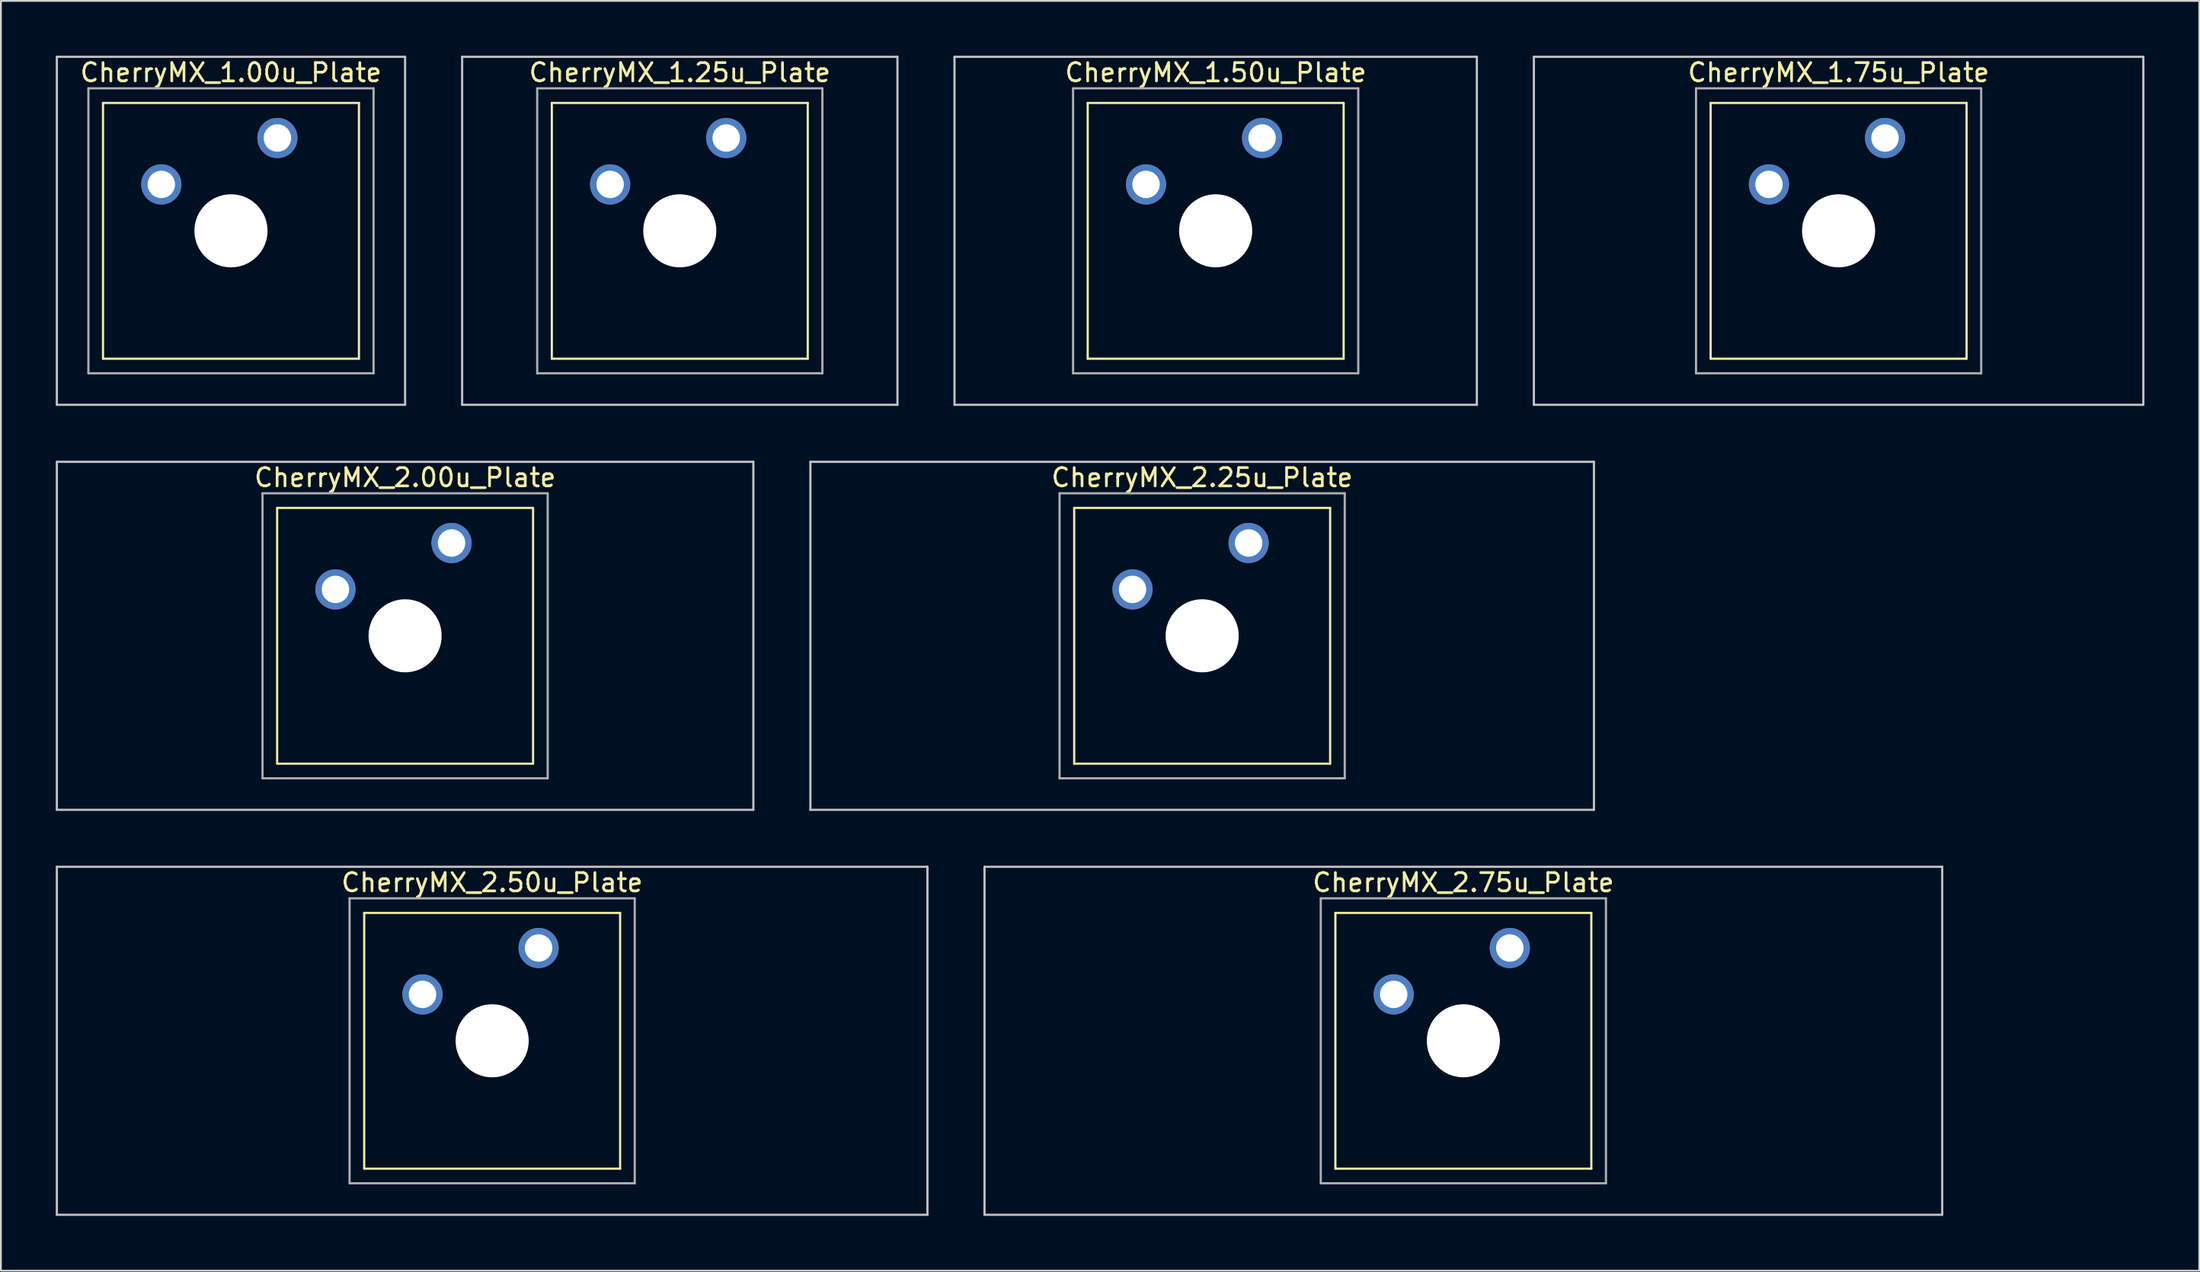
<source format=kicad_pcb>
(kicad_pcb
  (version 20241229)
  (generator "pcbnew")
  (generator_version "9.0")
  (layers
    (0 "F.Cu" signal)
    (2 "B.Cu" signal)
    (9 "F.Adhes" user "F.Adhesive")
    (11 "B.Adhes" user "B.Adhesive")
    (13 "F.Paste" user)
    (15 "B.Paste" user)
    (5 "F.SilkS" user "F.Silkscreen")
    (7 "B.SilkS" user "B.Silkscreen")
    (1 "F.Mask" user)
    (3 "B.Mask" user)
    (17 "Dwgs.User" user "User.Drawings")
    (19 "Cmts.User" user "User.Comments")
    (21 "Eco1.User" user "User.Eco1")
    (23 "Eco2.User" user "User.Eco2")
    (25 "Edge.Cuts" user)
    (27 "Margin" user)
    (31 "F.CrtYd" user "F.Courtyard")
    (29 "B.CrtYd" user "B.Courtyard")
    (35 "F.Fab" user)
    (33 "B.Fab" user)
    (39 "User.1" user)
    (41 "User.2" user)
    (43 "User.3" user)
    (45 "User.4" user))
  (footprint "CherryMX_1.25u_Plate"
    (layer "F.Cu")
    (at 34.136 9.585)
    (property "Reference" "CherryMX_1.25u_Plate" (at 0 -8.662 0) (layer "F.SilkS") (effects (font (size 1 1) (thickness 0.15))))
    (attr through_hole)
    (fp_line (start -7 -7) (end -7 7) (stroke (width 0.12) (type solid)) (layer "F.SilkS"))
    (fp_line (start -7 -7) (end 7 -7) (stroke (width 0.12) (type solid)) (layer "F.SilkS"))
    (fp_line (start 7 -7) (end 7 7) (stroke (width 0.12) (type solid)) (layer "F.SilkS"))
    (fp_line (start 7 7) (end -7 7) (stroke (width 0.12) (type solid)) (layer "F.SilkS"))
    (fp_line (start -11.906 -9.525) (end 11.906 -9.525) (stroke (width 0.12) (type solid)) (layer "Dwgs.User"))
    (fp_line (start -11.906 9.525) (end -11.906 -9.525) (stroke (width 0.12) (type solid)) (layer "Dwgs.User"))
    (fp_line (start 11.906 -9.525) (end 11.906 9.525) (stroke (width 0.12) (type solid)) (layer "Dwgs.User"))
    (fp_line (start 11.906 9.525) (end -11.906 9.525) (stroke (width 0.12) (type solid)) (layer "Dwgs.User"))
    (fp_line (start -7.8 -7.8) (end -7.8 7.8) (stroke (width 0.12) (type solid)) (layer "F.Fab"))
    (fp_line (start -7.8 -7.8) (end 7.8 -7.8) (stroke (width 0.12) (type solid)) (layer "F.Fab"))
    (fp_line (start -7.8 7.8) (end 7.8 7.8) (stroke (width 0.12) (type solid)) (layer "F.Fab"))
    (fp_line (start 7.8 -7.8) (end 7.8 7.8) (stroke (width 0.12) (type solid)) (layer "F.Fab"))
    (pad "" np_thru_hole circle (at 0 0) (size 4 4) (drill 4) (layers "*.Cu" "*.Mask"))
    (pad "1" thru_hole circle (at -3.81 -2.54) (size 2.2 2.2) (drill 1.5) (layers "*.Cu" "*.Mask"))
    (pad "2" thru_hole circle (at 2.54 -5.08) (size 2.2 2.2) (drill 1.5) (layers "*.Cu" "*.Mask")))
  (footprint "CherryMX_2.25u_Plate"
    (layer "F.Cu")
    (at 62.711 31.755)
    (property "Reference" "CherryMX_2.25u_Plate" (at 0 -8.662 0) (layer "F.SilkS") (effects (font (size 1 1) (thickness 0.15))))
    (attr through_hole)
    (fp_line (start -7 -7) (end -7 7) (stroke (width 0.12) (type solid)) (layer "F.SilkS"))
    (fp_line (start -7 -7) (end 7 -7) (stroke (width 0.12) (type solid)) (layer "F.SilkS"))
    (fp_line (start 7 -7) (end 7 7) (stroke (width 0.12) (type solid)) (layer "F.SilkS"))
    (fp_line (start 7 7) (end -7 7) (stroke (width 0.12) (type solid)) (layer "F.SilkS"))
    (fp_line (start -21.431 -9.525) (end 21.431 -9.525) (stroke (width 0.12) (type solid)) (layer "Dwgs.User"))
    (fp_line (start -21.431 9.525) (end -21.431 -9.525) (stroke (width 0.12) (type solid)) (layer "Dwgs.User"))
    (fp_line (start 21.431 -9.525) (end 21.431 9.525) (stroke (width 0.12) (type solid)) (layer "Dwgs.User"))
    (fp_line (start 21.431 9.525) (end -21.431 9.525) (stroke (width 0.12) (type solid)) (layer "Dwgs.User"))
    (fp_line (start -7.8 -7.8) (end -7.8 7.8) (stroke (width 0.12) (type solid)) (layer "F.Fab"))
    (fp_line (start -7.8 -7.8) (end 7.8 -7.8) (stroke (width 0.12) (type solid)) (layer "F.Fab"))
    (fp_line (start -7.8 7.8) (end 7.8 7.8) (stroke (width 0.12) (type solid)) (layer "F.Fab"))
    (fp_line (start 7.8 -7.8) (end 7.8 7.8) (stroke (width 0.12) (type solid)) (layer "F.Fab"))
    (pad "" np_thru_hole circle (at 0 0) (size 4 4) (drill 4) (layers "*.Cu" "*.Mask"))
    (pad "1" thru_hole circle (at -3.81 -2.54) (size 2.2 2.2) (drill 1.5) (layers "*.Cu" "*.Mask"))
    (pad "2" thru_hole circle (at 2.54 -5.08) (size 2.2 2.2) (drill 1.5) (layers "*.Cu" "*.Mask")))
  (footprint "CherryMX_1.75u_Plate"
    (layer "F.Cu")
    (at 97.526 9.585)
    (property "Reference" "CherryMX_1.75u_Plate" (at 0 -8.662 0) (layer "F.SilkS") (effects (font (size 1 1) (thickness 0.15))))
    (attr through_hole)
    (fp_line (start -7 -7) (end -7 7) (stroke (width 0.12) (type solid)) (layer "F.SilkS"))
    (fp_line (start -7 -7) (end 7 -7) (stroke (width 0.12) (type solid)) (layer "F.SilkS"))
    (fp_line (start 7 -7) (end 7 7) (stroke (width 0.12) (type solid)) (layer "F.SilkS"))
    (fp_line (start 7 7) (end -7 7) (stroke (width 0.12) (type solid)) (layer "F.SilkS"))
    (fp_line (start -16.669 -9.525) (end 16.669 -9.525) (stroke (width 0.12) (type solid)) (layer "Dwgs.User"))
    (fp_line (start -16.669 9.525) (end -16.669 -9.525) (stroke (width 0.12) (type solid)) (layer "Dwgs.User"))
    (fp_line (start 16.669 -9.525) (end 16.669 9.525) (stroke (width 0.12) (type solid)) (layer "Dwgs.User"))
    (fp_line (start 16.669 9.525) (end -16.669 9.525) (stroke (width 0.12) (type solid)) (layer "Dwgs.User"))
    (fp_line (start -7.8 -7.8) (end -7.8 7.8) (stroke (width 0.12) (type solid)) (layer "F.Fab"))
    (fp_line (start -7.8 -7.8) (end 7.8 -7.8) (stroke (width 0.12) (type solid)) (layer "F.Fab"))
    (fp_line (start -7.8 7.8) (end 7.8 7.8) (stroke (width 0.12) (type solid)) (layer "F.Fab"))
    (fp_line (start 7.8 -7.8) (end 7.8 7.8) (stroke (width 0.12) (type solid)) (layer "F.Fab"))
    (pad "" np_thru_hole circle (at 0 0) (size 4 4) (drill 4) (layers "*.Cu" "*.Mask"))
    (pad "1" thru_hole circle (at -3.81 -2.54) (size 2.2 2.2) (drill 1.5) (layers "*.Cu" "*.Mask"))
    (pad "2" thru_hole circle (at 2.54 -5.08) (size 2.2 2.2) (drill 1.5) (layers "*.Cu" "*.Mask")))
  (footprint "CherryMX_2.50u_Plate"
    (layer "F.Cu")
    (at 23.872 53.925)
    (property "Reference" "CherryMX_2.50u_Plate" (at 0 -8.662 0) (layer "F.SilkS") (effects (font (size 1 1) (thickness 0.15))))
    (attr through_hole)
    (fp_line (start -7 -7) (end -7 7) (stroke (width 0.12) (type solid)) (layer "F.SilkS"))
    (fp_line (start -7 -7) (end 7 -7) (stroke (width 0.12) (type solid)) (layer "F.SilkS"))
    (fp_line (start 7 -7) (end 7 7) (stroke (width 0.12) (type solid)) (layer "F.SilkS"))
    (fp_line (start 7 7) (end -7 7) (stroke (width 0.12) (type solid)) (layer "F.SilkS"))
    (fp_line (start -23.812 -9.525) (end 23.812 -9.525) (stroke (width 0.12) (type solid)) (layer "Dwgs.User"))
    (fp_line (start -23.812 9.525) (end -23.812 -9.525) (stroke (width 0.12) (type solid)) (layer "Dwgs.User"))
    (fp_line (start 23.812 -9.525) (end 23.812 9.525) (stroke (width 0.12) (type solid)) (layer "Dwgs.User"))
    (fp_line (start 23.812 9.525) (end -23.812 9.525) (stroke (width 0.12) (type solid)) (layer "Dwgs.User"))
    (fp_line (start -7.8 -7.8) (end -7.8 7.8) (stroke (width 0.12) (type solid)) (layer "F.Fab"))
    (fp_line (start -7.8 -7.8) (end 7.8 -7.8) (stroke (width 0.12) (type solid)) (layer "F.Fab"))
    (fp_line (start -7.8 7.8) (end 7.8 7.8) (stroke (width 0.12) (type solid)) (layer "F.Fab"))
    (fp_line (start 7.8 -7.8) (end 7.8 7.8) (stroke (width 0.12) (type solid)) (layer "F.Fab"))
    (pad "" np_thru_hole circle (at 0 0) (size 4 4) (drill 4) (layers "*.Cu" "*.Mask"))
    (pad "1" thru_hole circle (at -3.81 -2.54) (size 2.2 2.2) (drill 1.5) (layers "*.Cu" "*.Mask"))
    (pad "2" thru_hole circle (at 2.54 -5.08) (size 2.2 2.2) (drill 1.5) (layers "*.Cu" "*.Mask")))
  (footprint "CherryMX_1.50u_Plate"
    (layer "F.Cu")
    (at 63.45 9.585)
    (property "Reference" "CherryMX_1.50u_Plate" (at 0 -8.662 0) (layer "F.SilkS") (effects (font (size 1 1) (thickness 0.15))))
    (attr through_hole)
    (fp_line (start -7 -7) (end -7 7) (stroke (width 0.12) (type solid)) (layer "F.SilkS"))
    (fp_line (start -7 -7) (end 7 -7) (stroke (width 0.12) (type solid)) (layer "F.SilkS"))
    (fp_line (start 7 -7) (end 7 7) (stroke (width 0.12) (type solid)) (layer "F.SilkS"))
    (fp_line (start 7 7) (end -7 7) (stroke (width 0.12) (type solid)) (layer "F.SilkS"))
    (fp_line (start -14.287 -9.525) (end 14.287 -9.525) (stroke (width 0.12) (type solid)) (layer "Dwgs.User"))
    (fp_line (start -14.287 9.525) (end -14.287 -9.525) (stroke (width 0.12) (type solid)) (layer "Dwgs.User"))
    (fp_line (start 14.287 -9.525) (end 14.287 9.525) (stroke (width 0.12) (type solid)) (layer "Dwgs.User"))
    (fp_line (start 14.287 9.525) (end -14.287 9.525) (stroke (width 0.12) (type solid)) (layer "Dwgs.User"))
    (fp_line (start -7.8 -7.8) (end -7.8 7.8) (stroke (width 0.12) (type solid)) (layer "F.Fab"))
    (fp_line (start -7.8 -7.8) (end 7.8 -7.8) (stroke (width 0.12) (type solid)) (layer "F.Fab"))
    (fp_line (start -7.8 7.8) (end 7.8 7.8) (stroke (width 0.12) (type solid)) (layer "F.Fab"))
    (fp_line (start 7.8 -7.8) (end 7.8 7.8) (stroke (width 0.12) (type solid)) (layer "F.Fab"))
    (pad "" np_thru_hole circle (at 0 0) (size 4 4) (drill 4) (layers "*.Cu" "*.Mask"))
    (pad "1" thru_hole circle (at -3.81 -2.54) (size 2.2 2.2) (drill 1.5) (layers "*.Cu" "*.Mask"))
    (pad "2" thru_hole circle (at 2.54 -5.08) (size 2.2 2.2) (drill 1.5) (layers "*.Cu" "*.Mask")))
  (footprint "CherryMX_1.00u_Plate"
    (layer "F.Cu")
    (at 9.585 9.585)
    (property "Reference" "CherryMX_1.00u_Plate" (at 0 -8.662 0) (layer "F.SilkS") (effects (font (size 1 1) (thickness 0.15))))
    (attr through_hole)
    (fp_line (start -7 -7) (end -7 7) (stroke (width 0.12) (type solid)) (layer "F.SilkS"))
    (fp_line (start -7 -7) (end 7 -7) (stroke (width 0.12) (type solid)) (layer "F.SilkS"))
    (fp_line (start 7 -7) (end 7 7) (stroke (width 0.12) (type solid)) (layer "F.SilkS"))
    (fp_line (start 7 7) (end -7 7) (stroke (width 0.12) (type solid)) (layer "F.SilkS"))
    (fp_line (start -9.525 -9.525) (end 9.525 -9.525) (stroke (width 0.12) (type solid)) (layer "Dwgs.User"))
    (fp_line (start -9.525 9.525) (end -9.525 -9.525) (stroke (width 0.12) (type solid)) (layer "Dwgs.User"))
    (fp_line (start 9.525 -9.525) (end 9.525 9.525) (stroke (width 0.12) (type solid)) (layer "Dwgs.User"))
    (fp_line (start 9.525 9.525) (end -9.525 9.525) (stroke (width 0.12) (type solid)) (layer "Dwgs.User"))
    (fp_line (start -7.8 -7.8) (end -7.8 7.8) (stroke (width 0.12) (type solid)) (layer "F.Fab"))
    (fp_line (start -7.8 -7.8) (end 7.8 -7.8) (stroke (width 0.12) (type solid)) (layer "F.Fab"))
    (fp_line (start -7.8 7.8) (end 7.8 7.8) (stroke (width 0.12) (type solid)) (layer "F.Fab"))
    (fp_line (start 7.8 -7.8) (end 7.8 7.8) (stroke (width 0.12) (type solid)) (layer "F.Fab"))
    (pad "" np_thru_hole circle (at 0 0) (size 4 4) (drill 4) (layers "*.Cu" "*.Mask"))
    (pad "1" thru_hole circle (at -3.81 -2.54) (size 2.2 2.2) (drill 1.5) (layers "*.Cu" "*.Mask"))
    (pad "2" thru_hole circle (at 2.54 -5.08) (size 2.2 2.2) (drill 1.5) (layers "*.Cu" "*.Mask")))
  (footprint "CherryMX_2.75u_Plate"
    (layer "F.Cu")
    (at 76.999 53.925)
    (property "Reference" "CherryMX_2.75u_Plate" (at 0 -8.662 0) (layer "F.SilkS") (effects (font (size 1 1) (thickness 0.15))))
    (attr through_hole)
    (fp_line (start -7 -7) (end -7 7) (stroke (width 0.12) (type solid)) (layer "F.SilkS"))
    (fp_line (start -7 -7) (end 7 -7) (stroke (width 0.12) (type solid)) (layer "F.SilkS"))
    (fp_line (start 7 -7) (end 7 7) (stroke (width 0.12) (type solid)) (layer "F.SilkS"))
    (fp_line (start 7 7) (end -7 7) (stroke (width 0.12) (type solid)) (layer "F.SilkS"))
    (fp_line (start -26.194 -9.525) (end 26.194 -9.525) (stroke (width 0.12) (type solid)) (layer "Dwgs.User"))
    (fp_line (start -26.194 9.525) (end -26.194 -9.525) (stroke (width 0.12) (type solid)) (layer "Dwgs.User"))
    (fp_line (start 26.194 -9.525) (end 26.194 9.525) (stroke (width 0.12) (type solid)) (layer "Dwgs.User"))
    (fp_line (start 26.194 9.525) (end -26.194 9.525) (stroke (width 0.12) (type solid)) (layer "Dwgs.User"))
    (fp_line (start -7.8 -7.8) (end -7.8 7.8) (stroke (width 0.12) (type solid)) (layer "F.Fab"))
    (fp_line (start -7.8 -7.8) (end 7.8 -7.8) (stroke (width 0.12) (type solid)) (layer "F.Fab"))
    (fp_line (start -7.8 7.8) (end 7.8 7.8) (stroke (width 0.12) (type solid)) (layer "F.Fab"))
    (fp_line (start 7.8 -7.8) (end 7.8 7.8) (stroke (width 0.12) (type solid)) (layer "F.Fab"))
    (pad "" np_thru_hole circle (at 0 0) (size 4 4) (drill 4) (layers "*.Cu" "*.Mask"))
    (pad "1" thru_hole circle (at -3.81 -2.54) (size 2.2 2.2) (drill 1.5) (layers "*.Cu" "*.Mask"))
    (pad "2" thru_hole circle (at 2.54 -5.08) (size 2.2 2.2) (drill 1.5) (layers "*.Cu" "*.Mask")))
  (footprint "CherryMX_2.00u_Plate"
    (layer "F.Cu")
    (at 19.11 31.755)
    (property "Reference" "CherryMX_2.00u_Plate" (at 0 -8.662 0) (layer "F.SilkS") (effects (font (size 1 1) (thickness 0.15))))
    (attr through_hole)
    (fp_line (start -7 -7) (end -7 7) (stroke (width 0.12) (type solid)) (layer "F.SilkS"))
    (fp_line (start -7 -7) (end 7 -7) (stroke (width 0.12) (type solid)) (layer "F.SilkS"))
    (fp_line (start 7 -7) (end 7 7) (stroke (width 0.12) (type solid)) (layer "F.SilkS"))
    (fp_line (start 7 7) (end -7 7) (stroke (width 0.12) (type solid)) (layer "F.SilkS"))
    (fp_line (start -19.05 -9.525) (end 19.05 -9.525) (stroke (width 0.12) (type solid)) (layer "Dwgs.User"))
    (fp_line (start -19.05 9.525) (end -19.05 -9.525) (stroke (width 0.12) (type solid)) (layer "Dwgs.User"))
    (fp_line (start 19.05 -9.525) (end 19.05 9.525) (stroke (width 0.12) (type solid)) (layer "Dwgs.User"))
    (fp_line (start 19.05 9.525) (end -19.05 9.525) (stroke (width 0.12) (type solid)) (layer "Dwgs.User"))
    (fp_line (start -7.8 -7.8) (end -7.8 7.8) (stroke (width 0.12) (type solid)) (layer "F.Fab"))
    (fp_line (start -7.8 -7.8) (end 7.8 -7.8) (stroke (width 0.12) (type solid)) (layer "F.Fab"))
    (fp_line (start -7.8 7.8) (end 7.8 7.8) (stroke (width 0.12) (type solid)) (layer "F.Fab"))
    (fp_line (start 7.8 -7.8) (end 7.8 7.8) (stroke (width 0.12) (type solid)) (layer "F.Fab"))
    (pad "" np_thru_hole circle (at 0 0) (size 4 4) (drill 4) (layers "*.Cu" "*.Mask"))
    (pad "1" thru_hole circle (at -3.81 -2.54) (size 2.2 2.2) (drill 1.5) (layers "*.Cu" "*.Mask"))
    (pad "2" thru_hole circle (at 2.54 -5.08) (size 2.2 2.2) (drill 1.5) (layers "*.Cu" "*.Mask")))
  (gr_rect
    (start -3 -3)
    (end 117.255 66.51)
    (stroke (width 0.1) (type default))
    (fill no)
    (layer "Edge.Cuts")))
</source>
